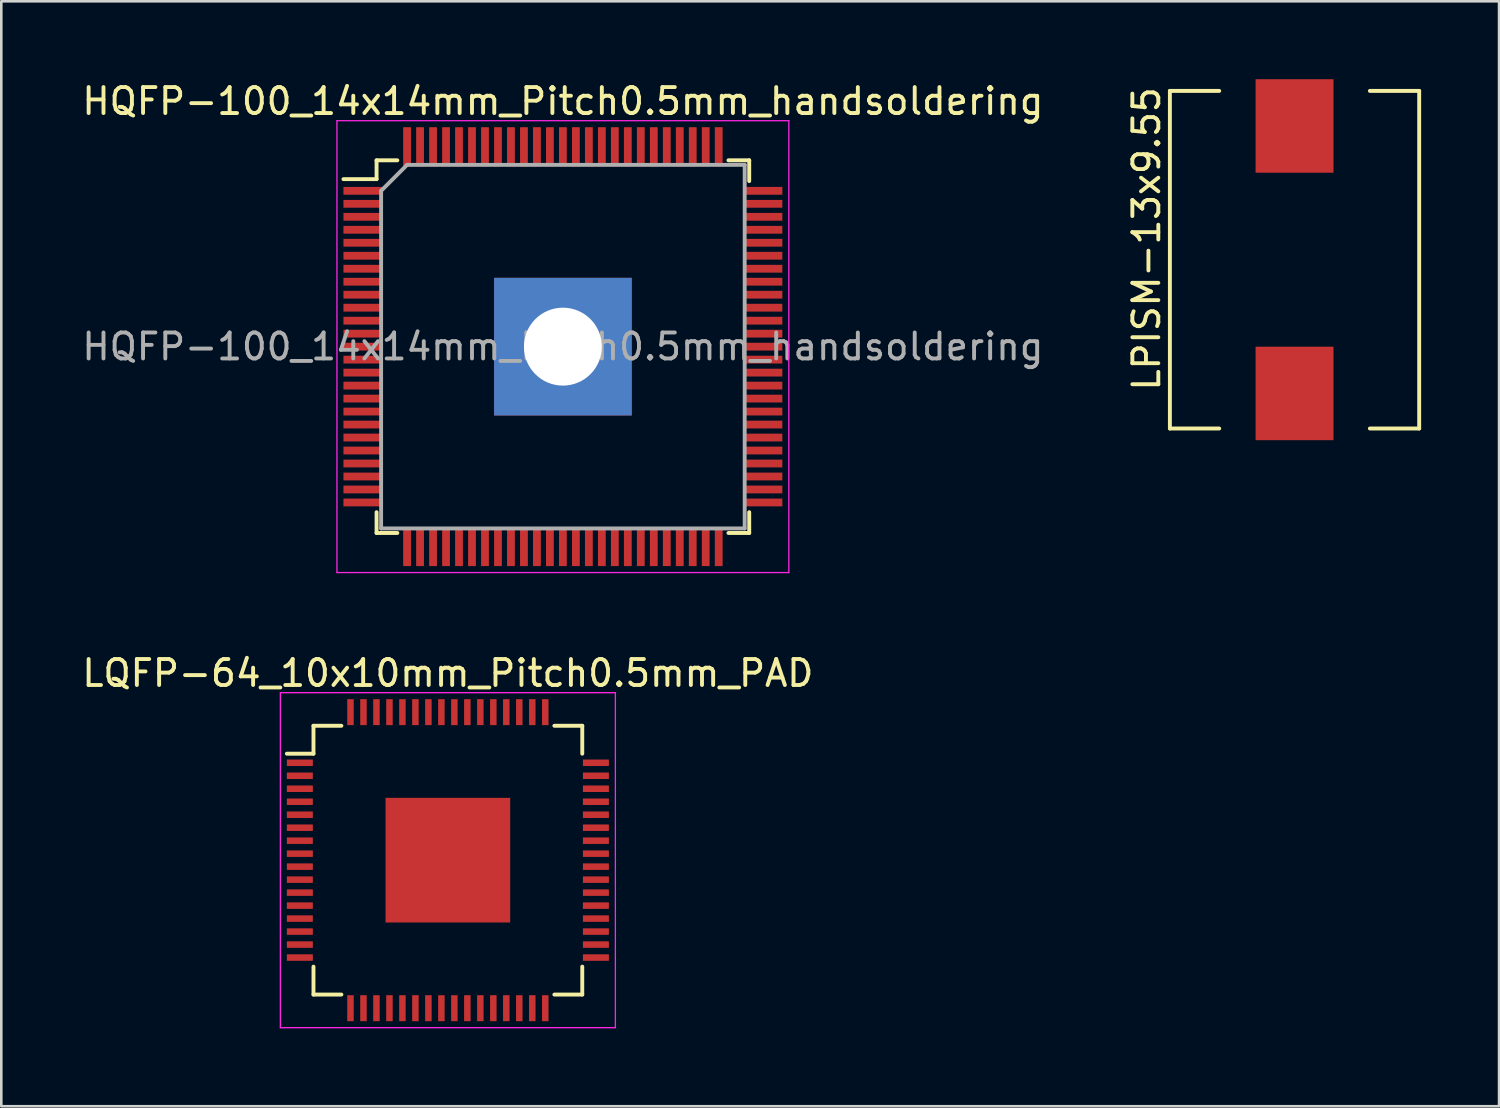
<source format=kicad_pcb>
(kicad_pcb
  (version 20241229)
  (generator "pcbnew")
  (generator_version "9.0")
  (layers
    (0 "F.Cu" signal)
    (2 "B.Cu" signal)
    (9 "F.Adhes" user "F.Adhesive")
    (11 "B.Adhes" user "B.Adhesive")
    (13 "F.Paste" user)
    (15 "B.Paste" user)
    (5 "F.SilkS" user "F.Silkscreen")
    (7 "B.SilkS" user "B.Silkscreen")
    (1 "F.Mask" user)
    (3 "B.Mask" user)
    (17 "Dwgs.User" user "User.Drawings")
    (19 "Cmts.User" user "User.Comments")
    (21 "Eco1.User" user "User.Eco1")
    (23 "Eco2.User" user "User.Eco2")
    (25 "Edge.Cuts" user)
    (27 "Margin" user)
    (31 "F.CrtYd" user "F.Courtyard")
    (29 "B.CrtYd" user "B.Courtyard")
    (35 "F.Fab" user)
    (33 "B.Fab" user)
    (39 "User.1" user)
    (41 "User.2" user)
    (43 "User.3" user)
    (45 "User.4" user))
  (footprint "HQFP-100_14x14mm_Pitch0.5mm_handsoldering"
    (layer "F.Cu")
    (at 18.625 10.298)
    (property "Reference" "HQFP-100_14x14mm_Pitch0.5mm_handsoldering" (at 0 -9.45 0) (layer "F.SilkS") (effects (font (size 1 1) (thickness 0.15))))
    (attr smd)
    (fp_line (start -7.175 -7.175) (end -7.175 -6.45) (stroke (width 0.15) (type solid)) (layer "F.SilkS"))
    (fp_line (start -7.175 -7.175) (end -6.375 -7.175) (stroke (width 0.15) (type solid)) (layer "F.SilkS"))
    (fp_line (start -7.175 -6.45) (end -8.45 -6.45) (stroke (width 0.15) (type solid)) (layer "F.SilkS"))
    (fp_line (start -7.175 7.175) (end -7.175 6.375) (stroke (width 0.15) (type solid)) (layer "F.SilkS"))
    (fp_line (start -7.175 7.175) (end -6.375 7.175) (stroke (width 0.15) (type solid)) (layer "F.SilkS"))
    (fp_line (start 7.175 -7.175) (end 6.375 -7.175) (stroke (width 0.15) (type solid)) (layer "F.SilkS"))
    (fp_line (start 7.175 -7.175) (end 7.175 -6.375) (stroke (width 0.15) (type solid)) (layer "F.SilkS"))
    (fp_line (start 7.175 7.175) (end 6.375 7.175) (stroke (width 0.15) (type solid)) (layer "F.SilkS"))
    (fp_line (start 7.175 7.175) (end 7.175 6.375) (stroke (width 0.15) (type solid)) (layer "F.SilkS"))
    (fp_line (start -8.7 -8.7) (end -8.7 8.7) (stroke (width 0.05) (type solid)) (layer "F.CrtYd"))
    (fp_line (start -8.7 -8.7) (end 8.7 -8.7) (stroke (width 0.05) (type solid)) (layer "F.CrtYd"))
    (fp_line (start -8.7 8.7) (end 8.7 8.7) (stroke (width 0.05) (type solid)) (layer "F.CrtYd"))
    (fp_line (start 8.7 -8.7) (end 8.7 8.7) (stroke (width 0.05) (type solid)) (layer "F.CrtYd"))
    (fp_line (start -7 -6) (end -6 -7) (stroke (width 0.15) (type solid)) (layer "F.Fab"))
    (fp_line (start -7 7) (end -7 -6) (stroke (width 0.15) (type solid)) (layer "F.Fab"))
    (fp_line (start -6 -7) (end 7 -7) (stroke (width 0.15) (type solid)) (layer "F.Fab"))
    (fp_line (start 7 -7) (end 7 7) (stroke (width 0.15) (type solid)) (layer "F.Fab"))
    (fp_line (start 7 7) (end -7 7) (stroke (width 0.15) (type solid)) (layer "F.Fab"))
    (fp_text user "${REFERENCE}" (at 0 0 0) (layer "F.Fab") (effects (font (size 1 1) (thickness 0.15))))
    (pad "1" smd rect (at -7.7 -6) (size 1.5 0.3) (layers "F.Cu" "F.Mask" "F.Paste"))
    (pad "2" smd rect (at -7.7 -5.5) (size 1.5 0.3) (layers "F.Cu" "F.Mask" "F.Paste"))
    (pad "3" smd rect (at -7.7 -5) (size 1.5 0.3) (layers "F.Cu" "F.Mask" "F.Paste"))
    (pad "4" smd rect (at -7.7 -4.5) (size 1.5 0.3) (layers "F.Cu" "F.Mask" "F.Paste"))
    (pad "5" smd rect (at -7.7 -4) (size 1.5 0.3) (layers "F.Cu" "F.Mask" "F.Paste"))
    (pad "6" smd rect (at -7.7 -3.5) (size 1.5 0.3) (layers "F.Cu" "F.Mask" "F.Paste"))
    (pad "7" smd rect (at -7.7 -3) (size 1.5 0.3) (layers "F.Cu" "F.Mask" "F.Paste"))
    (pad "8" smd rect (at -7.7 -2.5) (size 1.5 0.3) (layers "F.Cu" "F.Mask" "F.Paste"))
    (pad "9" smd rect (at -7.7 -2) (size 1.5 0.3) (layers "F.Cu" "F.Mask" "F.Paste"))
    (pad "10" smd rect (at -7.7 -1.5) (size 1.5 0.3) (layers "F.Cu" "F.Mask" "F.Paste"))
    (pad "11" smd rect (at -7.7 -1) (size 1.5 0.3) (layers "F.Cu" "F.Mask" "F.Paste"))
    (pad "12" smd rect (at -7.7 -0.5) (size 1.5 0.3) (layers "F.Cu" "F.Mask" "F.Paste"))
    (pad "13" smd rect (at -7.7 0) (size 1.5 0.3) (layers "F.Cu" "F.Mask" "F.Paste"))
    (pad "14" smd rect (at -7.7 0.5) (size 1.5 0.3) (layers "F.Cu" "F.Mask" "F.Paste"))
    (pad "15" smd rect (at -7.7 1) (size 1.5 0.3) (layers "F.Cu" "F.Mask" "F.Paste"))
    (pad "16" smd rect (at -7.7 1.5) (size 1.5 0.3) (layers "F.Cu" "F.Mask" "F.Paste"))
    (pad "17" smd rect (at -7.7 2) (size 1.5 0.3) (layers "F.Cu" "F.Mask" "F.Paste"))
    (pad "18" smd rect (at -7.7 2.5) (size 1.5 0.3) (layers "F.Cu" "F.Mask" "F.Paste"))
    (pad "19" smd rect (at -7.7 3) (size 1.5 0.3) (layers "F.Cu" "F.Mask" "F.Paste"))
    (pad "20" smd rect (at -7.7 3.5) (size 1.5 0.3) (layers "F.Cu" "F.Mask" "F.Paste"))
    (pad "21" smd rect (at -7.7 4) (size 1.5 0.3) (layers "F.Cu" "F.Mask" "F.Paste"))
    (pad "22" smd rect (at -7.7 4.5) (size 1.5 0.3) (layers "F.Cu" "F.Mask" "F.Paste"))
    (pad "23" smd rect (at -7.7 5) (size 1.5 0.3) (layers "F.Cu" "F.Mask" "F.Paste"))
    (pad "24" smd rect (at -7.7 5.5) (size 1.5 0.3) (layers "F.Cu" "F.Mask" "F.Paste"))
    (pad "25" smd rect (at -7.7 6) (size 1.5 0.3) (layers "F.Cu" "F.Mask" "F.Paste"))
    (pad "26" smd rect (at -6 7.7 90) (size 1.5 0.3) (layers "F.Cu" "F.Mask" "F.Paste"))
    (pad "27" smd rect (at -5.5 7.7 90) (size 1.5 0.3) (layers "F.Cu" "F.Mask" "F.Paste"))
    (pad "28" smd rect (at -5 7.7 90) (size 1.5 0.3) (layers "F.Cu" "F.Mask" "F.Paste"))
    (pad "29" smd rect (at -4.5 7.7 90) (size 1.5 0.3) (layers "F.Cu" "F.Mask" "F.Paste"))
    (pad "30" smd rect (at -4 7.7 90) (size 1.5 0.3) (layers "F.Cu" "F.Mask" "F.Paste"))
    (pad "31" smd rect (at -3.5 7.7 90) (size 1.5 0.3) (layers "F.Cu" "F.Mask" "F.Paste"))
    (pad "32" smd rect (at -3 7.7 90) (size 1.5 0.3) (layers "F.Cu" "F.Mask" "F.Paste"))
    (pad "33" smd rect (at -2.5 7.7 90) (size 1.5 0.3) (layers "F.Cu" "F.Mask" "F.Paste"))
    (pad "34" smd rect (at -2 7.7 90) (size 1.5 0.3) (layers "F.Cu" "F.Mask" "F.Paste"))
    (pad "35" smd rect (at -1.5 7.7 90) (size 1.5 0.3) (layers "F.Cu" "F.Mask" "F.Paste"))
    (pad "36" smd rect (at -1 7.7 90) (size 1.5 0.3) (layers "F.Cu" "F.Mask" "F.Paste"))
    (pad "37" smd rect (at -0.5 7.7 90) (size 1.5 0.3) (layers "F.Cu" "F.Mask" "F.Paste"))
    (pad "38" smd rect (at 0 7.7 90) (size 1.5 0.3) (layers "F.Cu" "F.Mask" "F.Paste"))
    (pad "39" smd rect (at 0.5 7.7 90) (size 1.5 0.3) (layers "F.Cu" "F.Mask" "F.Paste"))
    (pad "40" smd rect (at 1 7.7 90) (size 1.5 0.3) (layers "F.Cu" "F.Mask" "F.Paste"))
    (pad "41" smd rect (at 1.5 7.7 90) (size 1.5 0.3) (layers "F.Cu" "F.Mask" "F.Paste"))
    (pad "42" smd rect (at 2 7.7 90) (size 1.5 0.3) (layers "F.Cu" "F.Mask" "F.Paste"))
    (pad "43" smd rect (at 2.5 7.7 90) (size 1.5 0.3) (layers "F.Cu" "F.Mask" "F.Paste"))
    (pad "44" smd rect (at 3 7.7 90) (size 1.5 0.3) (layers "F.Cu" "F.Mask" "F.Paste"))
    (pad "45" smd rect (at 3.5 7.7 90) (size 1.5 0.3) (layers "F.Cu" "F.Mask" "F.Paste"))
    (pad "46" smd rect (at 4 7.7 90) (size 1.5 0.3) (layers "F.Cu" "F.Mask" "F.Paste"))
    (pad "47" smd rect (at 4.5 7.7 90) (size 1.5 0.3) (layers "F.Cu" "F.Mask" "F.Paste"))
    (pad "48" smd rect (at 5 7.7 90) (size 1.5 0.3) (layers "F.Cu" "F.Mask" "F.Paste"))
    (pad "49" smd rect (at 5.5 7.7 90) (size 1.5 0.3) (layers "F.Cu" "F.Mask" "F.Paste"))
    (pad "50" smd rect (at 6 7.7 90) (size 1.5 0.3) (layers "F.Cu" "F.Mask" "F.Paste"))
    (pad "51" smd rect (at 7.7 6) (size 1.5 0.3) (layers "F.Cu" "F.Mask" "F.Paste"))
    (pad "52" smd rect (at 7.7 5.5) (size 1.5 0.3) (layers "F.Cu" "F.Mask" "F.Paste"))
    (pad "53" smd rect (at 7.7 5) (size 1.5 0.3) (layers "F.Cu" "F.Mask" "F.Paste"))
    (pad "54" smd rect (at 7.7 4.5) (size 1.5 0.3) (layers "F.Cu" "F.Mask" "F.Paste"))
    (pad "55" smd rect (at 7.7 4) (size 1.5 0.3) (layers "F.Cu" "F.Mask" "F.Paste"))
    (pad "56" smd rect (at 7.7 3.5) (size 1.5 0.3) (layers "F.Cu" "F.Mask" "F.Paste"))
    (pad "57" smd rect (at 7.7 3) (size 1.5 0.3) (layers "F.Cu" "F.Mask" "F.Paste"))
    (pad "58" smd rect (at 7.7 2.5) (size 1.5 0.3) (layers "F.Cu" "F.Mask" "F.Paste"))
    (pad "59" smd rect (at 7.7 2) (size 1.5 0.3) (layers "F.Cu" "F.Mask" "F.Paste"))
    (pad "60" smd rect (at 7.7 1.5) (size 1.5 0.3) (layers "F.Cu" "F.Mask" "F.Paste"))
    (pad "61" smd rect (at 7.7 1) (size 1.5 0.3) (layers "F.Cu" "F.Mask" "F.Paste"))
    (pad "62" smd rect (at 7.7 0.5) (size 1.5 0.3) (layers "F.Cu" "F.Mask" "F.Paste"))
    (pad "63" smd rect (at 7.7 0) (size 1.5 0.3) (layers "F.Cu" "F.Mask" "F.Paste"))
    (pad "64" smd rect (at 7.7 -0.5) (size 1.5 0.3) (layers "F.Cu" "F.Mask" "F.Paste"))
    (pad "65" smd rect (at 7.7 -1) (size 1.5 0.3) (layers "F.Cu" "F.Mask" "F.Paste"))
    (pad "66" smd rect (at 7.7 -1.5) (size 1.5 0.3) (layers "F.Cu" "F.Mask" "F.Paste"))
    (pad "67" smd rect (at 7.7 -2) (size 1.5 0.3) (layers "F.Cu" "F.Mask" "F.Paste"))
    (pad "68" smd rect (at 7.7 -2.5) (size 1.5 0.3) (layers "F.Cu" "F.Mask" "F.Paste"))
    (pad "69" smd rect (at 7.7 -3) (size 1.5 0.3) (layers "F.Cu" "F.Mask" "F.Paste"))
    (pad "70" smd rect (at 7.7 -3.5) (size 1.5 0.3) (layers "F.Cu" "F.Mask" "F.Paste"))
    (pad "71" smd rect (at 7.7 -4) (size 1.5 0.3) (layers "F.Cu" "F.Mask" "F.Paste"))
    (pad "72" smd rect (at 7.7 -4.5) (size 1.5 0.3) (layers "F.Cu" "F.Mask" "F.Paste"))
    (pad "73" smd rect (at 7.7 -5) (size 1.5 0.3) (layers "F.Cu" "F.Mask" "F.Paste"))
    (pad "74" smd rect (at 7.7 -5.5) (size 1.5 0.3) (layers "F.Cu" "F.Mask" "F.Paste"))
    (pad "75" smd rect (at 7.7 -6) (size 1.5 0.3) (layers "F.Cu" "F.Mask" "F.Paste"))
    (pad "76" smd rect (at 6 -7.7 90) (size 1.5 0.3) (layers "F.Cu" "F.Mask" "F.Paste"))
    (pad "77" smd rect (at 5.5 -7.7 90) (size 1.5 0.3) (layers "F.Cu" "F.Mask" "F.Paste"))
    (pad "78" smd rect (at 5 -7.7 90) (size 1.5 0.3) (layers "F.Cu" "F.Mask" "F.Paste"))
    (pad "79" smd rect (at 4.5 -7.7 90) (size 1.5 0.3) (layers "F.Cu" "F.Mask" "F.Paste"))
    (pad "80" smd rect (at 4 -7.7 90) (size 1.5 0.3) (layers "F.Cu" "F.Mask" "F.Paste"))
    (pad "81" smd rect (at 3.5 -7.7 90) (size 1.5 0.3) (layers "F.Cu" "F.Mask" "F.Paste"))
    (pad "82" smd rect (at 3 -7.7 90) (size 1.5 0.3) (layers "F.Cu" "F.Mask" "F.Paste"))
    (pad "83" smd rect (at 2.5 -7.7 90) (size 1.5 0.3) (layers "F.Cu" "F.Mask" "F.Paste"))
    (pad "84" smd rect (at 2 -7.7 90) (size 1.5 0.3) (layers "F.Cu" "F.Mask" "F.Paste"))
    (pad "85" smd rect (at 1.5 -7.7 90) (size 1.5 0.3) (layers "F.Cu" "F.Mask" "F.Paste"))
    (pad "86" smd rect (at 1 -7.7 90) (size 1.5 0.3) (layers "F.Cu" "F.Mask" "F.Paste"))
    (pad "87" smd rect (at 0.5 -7.7 90) (size 1.5 0.3) (layers "F.Cu" "F.Mask" "F.Paste"))
    (pad "88" smd rect (at 0 -7.7 90) (size 1.5 0.3) (layers "F.Cu" "F.Mask" "F.Paste"))
    (pad "89" smd rect (at -0.5 -7.7 90) (size 1.5 0.3) (layers "F.Cu" "F.Mask" "F.Paste"))
    (pad "90" smd rect (at -1 -7.7 90) (size 1.5 0.3) (layers "F.Cu" "F.Mask" "F.Paste"))
    (pad "91" smd rect (at -1.5 -7.7 90) (size 1.5 0.3) (layers "F.Cu" "F.Mask" "F.Paste"))
    (pad "92" smd rect (at -2 -7.7 90) (size 1.5 0.3) (layers "F.Cu" "F.Mask" "F.Paste"))
    (pad "93" smd rect (at -2.5 -7.7 90) (size 1.5 0.3) (layers "F.Cu" "F.Mask" "F.Paste"))
    (pad "94" smd rect (at -3 -7.7 90) (size 1.5 0.3) (layers "F.Cu" "F.Mask" "F.Paste"))
    (pad "95" smd rect (at -3.5 -7.7 90) (size 1.5 0.3) (layers "F.Cu" "F.Mask" "F.Paste"))
    (pad "96" smd rect (at -4 -7.7 90) (size 1.5 0.3) (layers "F.Cu" "F.Mask" "F.Paste"))
    (pad "97" smd rect (at -4.5 -7.7 90) (size 1.5 0.3) (layers "F.Cu" "F.Mask" "F.Paste"))
    (pad "98" smd rect (at -5 -7.7 90) (size 1.5 0.3) (layers "F.Cu" "F.Mask" "F.Paste"))
    (pad "99" smd rect (at -5.5 -7.7 90) (size 1.5 0.3) (layers "F.Cu" "F.Mask" "F.Paste"))
    (pad "100" smd rect (at -6 -7.7 90) (size 1.5 0.3) (layers "F.Cu" "F.Mask" "F.Paste"))
    (pad "101" thru_hole rect (at 0 0) (size 5.3 5.3) (drill 3) (layers "*.Cu" "*.Mask")))
  (footprint "LPISM-13x9.55"
    (layer "F.Cu")
    (at 46.798 6.95)
    (property "Reference" "LPISM-13x9.55" (at -5.7 -0.8 90) (layer "F.SilkS") (effects (font (size 1 1) (thickness 0.15))))
    (attr through_hole)
    (fp_line (start -4.8 -6.5) (end -2.9 -6.5) (stroke (width 0.15) (type solid)) (layer "F.SilkS"))
    (fp_line (start -4.8 6.5) (end -4.8 -6.5) (stroke (width 0.15) (type solid)) (layer "F.SilkS"))
    (fp_line (start -2.9 6.5) (end -4.8 6.5) (stroke (width 0.15) (type solid)) (layer "F.SilkS"))
    (fp_line (start 2.9 6.5) (end 4.8 6.5) (stroke (width 0.15) (type solid)) (layer "F.SilkS"))
    (fp_line (start 4.8 -6.5) (end 2.9 -6.5) (stroke (width 0.15) (type solid)) (layer "F.SilkS"))
    (fp_line (start 4.8 6.5) (end 4.8 -6.5) (stroke (width 0.15) (type solid)) (layer "F.SilkS"))
    (pad "1" smd rect (at 0 5.15) (size 3 3.6) (layers "F.Cu" "F.Mask" "F.Paste"))
    (pad "2" smd rect (at 0 -5.15) (size 3 3.6) (layers "F.Cu" "F.Mask" "F.Paste")))
  (footprint "LQFP-64_10x10mm_Pitch0.5mm_PAD"
    (layer "F.Cu")
    (at 14.196 30.072)
    (property "Reference" "LQFP-64_10x10mm_Pitch0.5mm_PAD" (at 0 -7.2 0) (layer "F.SilkS") (effects (font (size 1 1) (thickness 0.15))))
    (attr smd)
    (fp_line (start -5.175 -5.175) (end -5.175 -4.1) (stroke (width 0.15) (type solid)) (layer "F.SilkS"))
    (fp_line (start -5.175 -5.175) (end -4.1 -5.175) (stroke (width 0.15) (type solid)) (layer "F.SilkS"))
    (fp_line (start -5.175 -4.1) (end -6.2 -4.1) (stroke (width 0.15) (type solid)) (layer "F.SilkS"))
    (fp_line (start -5.175 5.175) (end -5.175 4.1) (stroke (width 0.15) (type solid)) (layer "F.SilkS"))
    (fp_line (start -5.175 5.175) (end -4.1 5.175) (stroke (width 0.15) (type solid)) (layer "F.SilkS"))
    (fp_line (start 5.175 -5.175) (end 4.1 -5.175) (stroke (width 0.15) (type solid)) (layer "F.SilkS"))
    (fp_line (start 5.175 -5.175) (end 5.175 -4.1) (stroke (width 0.15) (type solid)) (layer "F.SilkS"))
    (fp_line (start 5.175 5.175) (end 4.1 5.175) (stroke (width 0.15) (type solid)) (layer "F.SilkS"))
    (fp_line (start 5.175 5.175) (end 5.175 4.1) (stroke (width 0.15) (type solid)) (layer "F.SilkS"))
    (fp_line (start -6.45 -6.45) (end -6.45 6.45) (stroke (width 0.05) (type solid)) (layer "F.CrtYd"))
    (fp_line (start -6.45 -6.45) (end 6.45 -6.45) (stroke (width 0.05) (type solid)) (layer "F.CrtYd"))
    (fp_line (start -6.45 6.45) (end 6.45 6.45) (stroke (width 0.05) (type solid)) (layer "F.CrtYd"))
    (fp_line (start 6.45 -6.45) (end 6.45 6.45) (stroke (width 0.05) (type solid)) (layer "F.CrtYd"))
    (pad "1" smd rect (at -5.7 -3.75) (size 1 0.25) (layers "F.Cu" "F.Mask" "F.Paste"))
    (pad "2" smd rect (at -5.7 -3.25) (size 1 0.25) (layers "F.Cu" "F.Mask" "F.Paste"))
    (pad "3" smd rect (at -5.7 -2.75) (size 1 0.25) (layers "F.Cu" "F.Mask" "F.Paste"))
    (pad "4" smd rect (at -5.7 -2.25) (size 1 0.25) (layers "F.Cu" "F.Mask" "F.Paste"))
    (pad "5" smd rect (at -5.7 -1.75) (size 1 0.25) (layers "F.Cu" "F.Mask" "F.Paste"))
    (pad "6" smd rect (at -5.7 -1.25) (size 1 0.25) (layers "F.Cu" "F.Mask" "F.Paste"))
    (pad "7" smd rect (at -5.7 -0.75) (size 1 0.25) (layers "F.Cu" "F.Mask" "F.Paste"))
    (pad "8" smd rect (at -5.7 -0.25) (size 1 0.25) (layers "F.Cu" "F.Mask" "F.Paste"))
    (pad "9" smd rect (at -5.7 0.25) (size 1 0.25) (layers "F.Cu" "F.Mask" "F.Paste"))
    (pad "10" smd rect (at -5.7 0.75) (size 1 0.25) (layers "F.Cu" "F.Mask" "F.Paste"))
    (pad "11" smd rect (at -5.7 1.25) (size 1 0.25) (layers "F.Cu" "F.Mask" "F.Paste"))
    (pad "12" smd rect (at -5.7 1.75) (size 1 0.25) (layers "F.Cu" "F.Mask" "F.Paste"))
    (pad "13" smd rect (at -5.7 2.25) (size 1 0.25) (layers "F.Cu" "F.Mask" "F.Paste"))
    (pad "14" smd rect (at -5.7 2.75) (size 1 0.25) (layers "F.Cu" "F.Mask" "F.Paste"))
    (pad "15" smd rect (at -5.7 3.25) (size 1 0.25) (layers "F.Cu" "F.Mask" "F.Paste"))
    (pad "16" smd rect (at -5.7 3.75) (size 1 0.25) (layers "F.Cu" "F.Mask" "F.Paste"))
    (pad "17" smd rect (at -3.75 5.7 90) (size 1 0.25) (layers "F.Cu" "F.Mask" "F.Paste"))
    (pad "18" smd rect (at -3.25 5.7 90) (size 1 0.25) (layers "F.Cu" "F.Mask" "F.Paste"))
    (pad "19" smd rect (at -2.75 5.7 90) (size 1 0.25) (layers "F.Cu" "F.Mask" "F.Paste"))
    (pad "20" smd rect (at -2.25 5.7 90) (size 1 0.25) (layers "F.Cu" "F.Mask" "F.Paste"))
    (pad "21" smd rect (at -1.75 5.7 90) (size 1 0.25) (layers "F.Cu" "F.Mask" "F.Paste"))
    (pad "22" smd rect (at -1.25 5.7 90) (size 1 0.25) (layers "F.Cu" "F.Mask" "F.Paste"))
    (pad "23" smd rect (at -0.75 5.7 90) (size 1 0.25) (layers "F.Cu" "F.Mask" "F.Paste"))
    (pad "24" smd rect (at -0.25 5.7 90) (size 1 0.25) (layers "F.Cu" "F.Mask" "F.Paste"))
    (pad "25" smd rect (at 0.25 5.7 90) (size 1 0.25) (layers "F.Cu" "F.Mask" "F.Paste"))
    (pad "26" smd rect (at 0.75 5.7 90) (size 1 0.25) (layers "F.Cu" "F.Mask" "F.Paste"))
    (pad "27" smd rect (at 1.25 5.7 90) (size 1 0.25) (layers "F.Cu" "F.Mask" "F.Paste"))
    (pad "28" smd rect (at 1.75 5.7 90) (size 1 0.25) (layers "F.Cu" "F.Mask" "F.Paste"))
    (pad "29" smd rect (at 2.25 5.7 90) (size 1 0.25) (layers "F.Cu" "F.Mask" "F.Paste"))
    (pad "30" smd rect (at 2.75 5.7 90) (size 1 0.25) (layers "F.Cu" "F.Mask" "F.Paste"))
    (pad "31" smd rect (at 3.25 5.7 90) (size 1 0.25) (layers "F.Cu" "F.Mask" "F.Paste"))
    (pad "32" smd rect (at 3.75 5.7 90) (size 1 0.25) (layers "F.Cu" "F.Mask" "F.Paste"))
    (pad "33" smd rect (at 5.7 3.75) (size 1 0.25) (layers "F.Cu" "F.Mask" "F.Paste"))
    (pad "34" smd rect (at 5.7 3.25) (size 1 0.25) (layers "F.Cu" "F.Mask" "F.Paste"))
    (pad "35" smd rect (at 5.7 2.75) (size 1 0.25) (layers "F.Cu" "F.Mask" "F.Paste"))
    (pad "36" smd rect (at 5.7 2.25) (size 1 0.25) (layers "F.Cu" "F.Mask" "F.Paste"))
    (pad "37" smd rect (at 5.7 1.75) (size 1 0.25) (layers "F.Cu" "F.Mask" "F.Paste"))
    (pad "38" smd rect (at 5.7 1.25) (size 1 0.25) (layers "F.Cu" "F.Mask" "F.Paste"))
    (pad "39" smd rect (at 5.7 0.75) (size 1 0.25) (layers "F.Cu" "F.Mask" "F.Paste"))
    (pad "40" smd rect (at 5.7 0.25) (size 1 0.25) (layers "F.Cu" "F.Mask" "F.Paste"))
    (pad "41" smd rect (at 5.7 -0.25) (size 1 0.25) (layers "F.Cu" "F.Mask" "F.Paste"))
    (pad "42" smd rect (at 5.7 -0.75) (size 1 0.25) (layers "F.Cu" "F.Mask" "F.Paste"))
    (pad "43" smd rect (at 5.7 -1.25) (size 1 0.25) (layers "F.Cu" "F.Mask" "F.Paste"))
    (pad "44" smd rect (at 5.7 -1.75) (size 1 0.25) (layers "F.Cu" "F.Mask" "F.Paste"))
    (pad "45" smd rect (at 5.7 -2.25) (size 1 0.25) (layers "F.Cu" "F.Mask" "F.Paste"))
    (pad "46" smd rect (at 5.7 -2.75) (size 1 0.25) (layers "F.Cu" "F.Mask" "F.Paste"))
    (pad "47" smd rect (at 5.7 -3.25) (size 1 0.25) (layers "F.Cu" "F.Mask" "F.Paste"))
    (pad "48" smd rect (at 5.7 -3.75) (size 1 0.25) (layers "F.Cu" "F.Mask" "F.Paste"))
    (pad "49" smd rect (at 3.75 -5.7 90) (size 1 0.25) (layers "F.Cu" "F.Mask" "F.Paste"))
    (pad "50" smd rect (at 3.25 -5.7 90) (size 1 0.25) (layers "F.Cu" "F.Mask" "F.Paste"))
    (pad "51" smd rect (at 2.75 -5.7 90) (size 1 0.25) (layers "F.Cu" "F.Mask" "F.Paste"))
    (pad "52" smd rect (at 2.25 -5.7 90) (size 1 0.25) (layers "F.Cu" "F.Mask" "F.Paste"))
    (pad "53" smd rect (at 1.75 -5.7 90) (size 1 0.25) (layers "F.Cu" "F.Mask" "F.Paste"))
    (pad "54" smd rect (at 1.25 -5.7 90) (size 1 0.25) (layers "F.Cu" "F.Mask" "F.Paste"))
    (pad "55" smd rect (at 0.75 -5.7 90) (size 1 0.25) (layers "F.Cu" "F.Mask" "F.Paste"))
    (pad "56" smd rect (at 0.25 -5.7 90) (size 1 0.25) (layers "F.Cu" "F.Mask" "F.Paste"))
    (pad "57" smd rect (at -0.25 -5.7 90) (size 1 0.25) (layers "F.Cu" "F.Mask" "F.Paste"))
    (pad "58" smd rect (at -0.75 -5.7 90) (size 1 0.25) (layers "F.Cu" "F.Mask" "F.Paste"))
    (pad "59" smd rect (at -1.25 -5.7 90) (size 1 0.25) (layers "F.Cu" "F.Mask" "F.Paste"))
    (pad "60" smd rect (at -1.75 -5.7 90) (size 1 0.25) (layers "F.Cu" "F.Mask" "F.Paste"))
    (pad "61" smd rect (at -2.25 -5.7 90) (size 1 0.25) (layers "F.Cu" "F.Mask" "F.Paste"))
    (pad "62" smd rect (at -2.75 -5.7 90) (size 1 0.25) (layers "F.Cu" "F.Mask" "F.Paste"))
    (pad "63" smd rect (at -3.25 -5.7 90) (size 1 0.25) (layers "F.Cu" "F.Mask" "F.Paste"))
    (pad "64" smd rect (at -3.75 -5.7 90) (size 1 0.25) (layers "F.Cu" "F.Mask" "F.Paste"))
    (pad "65" smd rect (at 0 0) (size 4.8 4.8) (layers "F.Cu" "F.Mask" "F.Paste")))
  (gr_rect
    (start -3 -3)
    (end 54.673 39.547)
    (stroke (width 0.1) (type default))
    (fill no)
    (layer "Edge.Cuts")))
</source>
